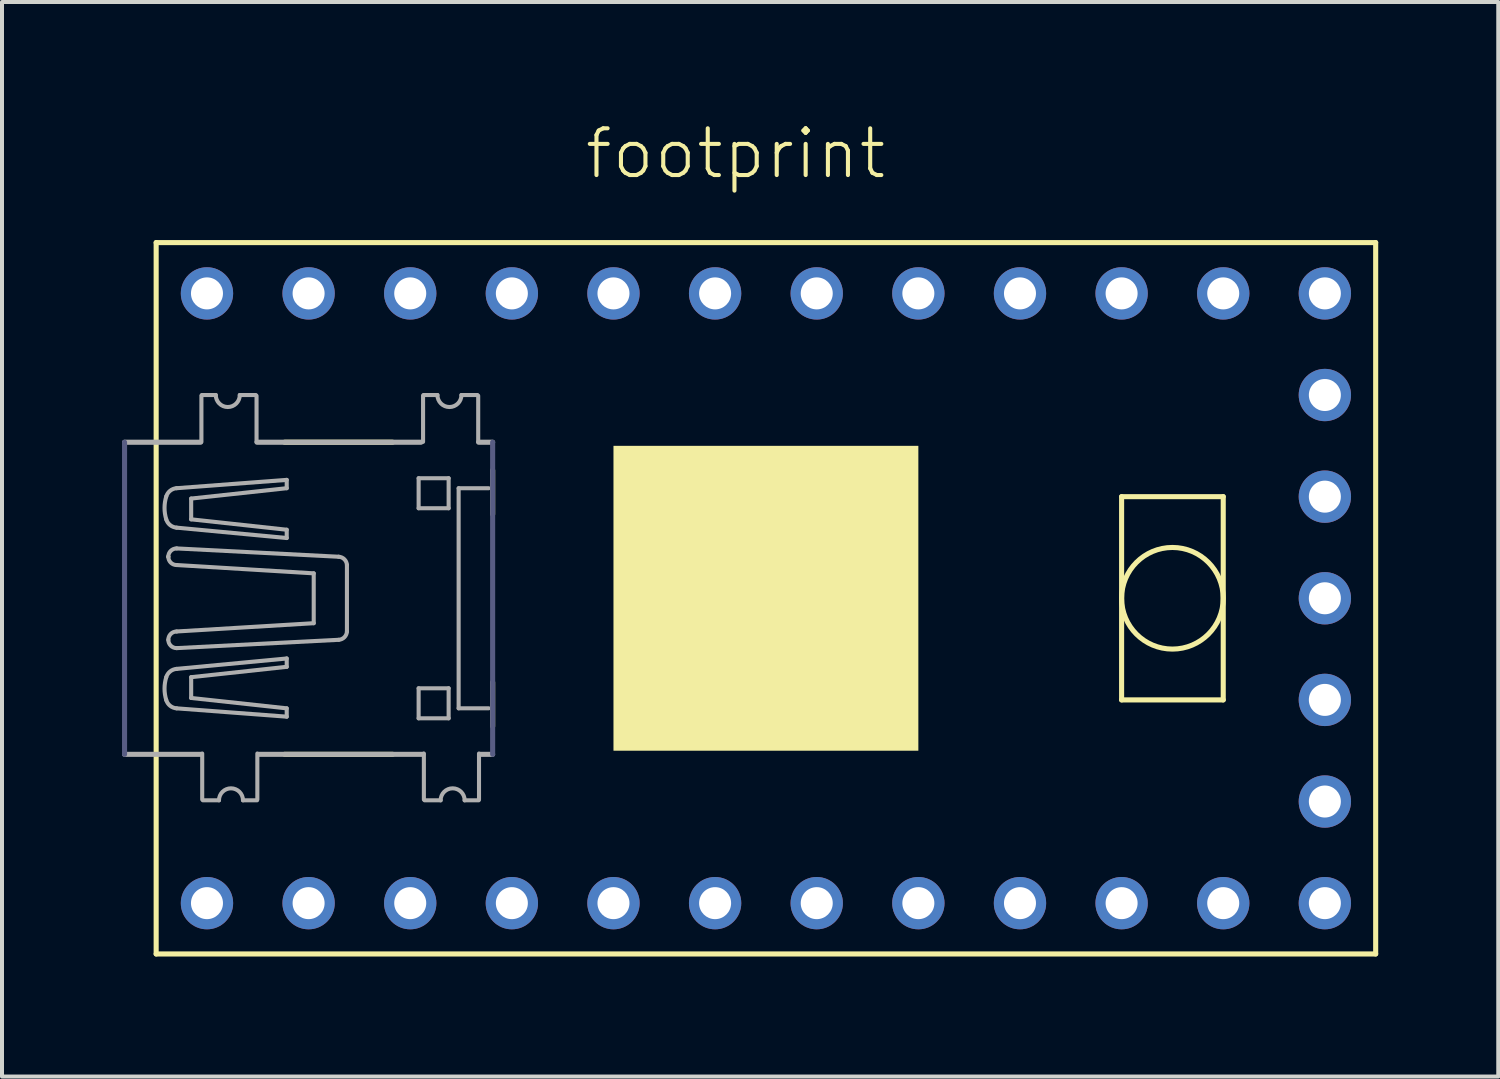
<source format=kicad_pcb>
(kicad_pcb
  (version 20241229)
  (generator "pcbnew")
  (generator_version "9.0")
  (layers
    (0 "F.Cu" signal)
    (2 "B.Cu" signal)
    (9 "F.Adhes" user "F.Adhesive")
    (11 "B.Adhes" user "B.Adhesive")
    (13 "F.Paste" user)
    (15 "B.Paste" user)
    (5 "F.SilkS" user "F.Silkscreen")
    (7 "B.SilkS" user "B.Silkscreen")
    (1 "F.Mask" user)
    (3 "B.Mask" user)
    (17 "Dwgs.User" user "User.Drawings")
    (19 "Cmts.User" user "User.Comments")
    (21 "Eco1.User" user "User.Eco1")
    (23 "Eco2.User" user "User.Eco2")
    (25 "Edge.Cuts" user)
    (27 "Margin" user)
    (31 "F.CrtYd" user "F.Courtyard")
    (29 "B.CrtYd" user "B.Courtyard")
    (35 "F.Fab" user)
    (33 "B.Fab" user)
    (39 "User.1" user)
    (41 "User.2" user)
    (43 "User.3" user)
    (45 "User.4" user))
  (footprint "footprint"
    (layer "F.Cu")
    (at 14.823 11.903)
    (property "Reference" "footprint" (at -3.31 -10.43 0) (layer "F.SilkS") (effects (font (size 1.168 1.168) (thickness 0.102)) (justify left bottom)))
    (fp_line (start -13.97 -8.89) (end 16.51 -8.89) (stroke (width 0.127) (type solid)) (layer "F.SilkS"))
    (fp_line (start -13.97 8.89) (end -13.97 -8.89) (stroke (width 0.127) (type solid)) (layer "F.SilkS"))
    (fp_line (start -13.666 -1.038) (end -13.666 -1.038) (stroke (width 0.102) (type solid)) (layer "F.SilkS"))
    (fp_line (start -10.76 -3.9) (end -8.06 -3.9) (stroke (width 0.127) (type solid)) (layer "F.SilkS"))
    (fp_line (start -8.06 3.9) (end -10.76 3.9) (stroke (width 0.127) (type solid)) (layer "F.SilkS"))
    (fp_line (start -5.56 -3.2) (end -5.56 -2.1) (stroke (width 0.127) (type solid)) (layer "F.SilkS"))
    (fp_line (start -5.56 2.1) (end -5.56 3.2) (stroke (width 0.127) (type solid)) (layer "F.SilkS"))
    (fp_line (start 10.16 -2.54) (end 12.7 -2.54) (stroke (width 0.127) (type solid)) (layer "F.SilkS"))
    (fp_line (start 10.16 2.54) (end 10.16 -2.54) (stroke (width 0.127) (type solid)) (layer "F.SilkS"))
    (fp_line (start 12.7 -2.54) (end 12.7 2.54) (stroke (width 0.127) (type solid)) (layer "F.SilkS"))
    (fp_line (start 12.7 2.54) (end 10.16 2.54) (stroke (width 0.127) (type solid)) (layer "F.SilkS"))
    (fp_line (start 16.51 -8.89) (end 16.51 8.89) (stroke (width 0.127) (type solid)) (layer "F.SilkS"))
    (fp_line (start 16.51 8.89) (end -13.97 8.89) (stroke (width 0.127) (type solid)) (layer "F.SilkS"))
    (fp_circle (center 11.43 0) (end 12.7 0) (stroke (width 0.127) (type solid)) (fill no) (layer "F.SilkS"))
    (fp_poly (pts (xy -2.54 3.81) (xy 5.08 3.81) (xy 5.08 -3.81) (xy -2.54 -3.81)) (stroke (width 0) (type solid)) (fill yes) (layer "F.SilkS"))
    (fp_line (start -14.76 -3.9) (end -14.76 3.9) (stroke (width 0.127) (type solid)) (layer "B.Fab"))
    (fp_line (start -5.56 -3.9) (end -5.56 3.9) (stroke (width 0.127) (type solid)) (layer "B.Fab"))
    (fp_line (start -14.76 -3.9) (end -12.86 -3.9) (stroke (width 0.127) (type solid)) (layer "F.Fab"))
    (fp_line (start -14.76 3.9) (end -12.86 3.9) (stroke (width 0.127) (type solid)) (layer "F.Fab"))
    (fp_line (start -13.459 -1.765) (end -10.707 -1.506) (stroke (width 0.102) (type solid)) (layer "F.Fab"))
    (fp_line (start -13.459 -0.831) (end -10.032 -0.623) (stroke (width 0.102) (type solid)) (layer "F.Fab"))
    (fp_line (start -13.459 0.83) (end -10.032 0.623) (stroke (width 0.102) (type solid)) (layer "F.Fab"))
    (fp_line (start -13.459 1.765) (end -10.707 1.505) (stroke (width 0.102) (type solid)) (layer "F.Fab"))
    (fp_line (start -13.458 -1.246) (end -9.409 -1.038) (stroke (width 0.102) (type solid)) (layer "F.Fab"))
    (fp_line (start -13.458 1.246) (end -9.409 1.038) (stroke (width 0.102) (type solid)) (layer "F.Fab"))
    (fp_line (start -13.095 -2.492) (end -10.707 -2.751) (stroke (width 0.102) (type solid)) (layer "F.Fab"))
    (fp_line (start -13.095 -1.973) (end -13.095 -2.492) (stroke (width 0.102) (type solid)) (layer "F.Fab"))
    (fp_line (start -13.095 1.972) (end -13.095 2.492) (stroke (width 0.102) (type solid)) (layer "F.Fab"))
    (fp_line (start -13.095 2.492) (end -10.707 2.751) (stroke (width 0.102) (type solid)) (layer "F.Fab"))
    (fp_line (start -12.839 -3.91) (end -12.839 -5.06) (stroke (width 0.102) (type solid)) (layer "F.Fab"))
    (fp_line (start -12.83 -5.08) (end -12.48 -5.08) (stroke (width 0.102) (type solid)) (layer "F.Fab"))
    (fp_line (start -12.819 5.03) (end -12.819 3.88) (stroke (width 0.102) (type solid)) (layer "F.Fab"))
    (fp_line (start -12.8 5.05) (end -12.4 5.05) (stroke (width 0.102) (type solid)) (layer "F.Fab"))
    (fp_line (start -11.48 -5.08) (end -11.88 -5.08) (stroke (width 0.102) (type solid)) (layer "F.Fab"))
    (fp_line (start -11.461 -5.06) (end -11.461 -3.91) (stroke (width 0.102) (type solid)) (layer "F.Fab"))
    (fp_line (start -11.45 -3.9) (end -7.35 -3.9) (stroke (width 0.127) (type solid)) (layer "F.Fab"))
    (fp_line (start -11.45 5.05) (end -11.8 5.05) (stroke (width 0.102) (type solid)) (layer "F.Fab"))
    (fp_line (start -11.441 3.88) (end -11.441 5.03) (stroke (width 0.102) (type solid)) (layer "F.Fab"))
    (fp_line (start -11.4 3.9) (end -7.3 3.9) (stroke (width 0.127) (type solid)) (layer "F.Fab"))
    (fp_line (start -10.707 -2.959) (end -13.459 -2.751) (stroke (width 0.102) (type solid)) (layer "F.Fab"))
    (fp_line (start -10.707 -2.751) (end -10.707 -2.959) (stroke (width 0.102) (type solid)) (layer "F.Fab"))
    (fp_line (start -10.707 -1.713) (end -13.095 -1.973) (stroke (width 0.102) (type solid)) (layer "F.Fab"))
    (fp_line (start -10.707 -1.506) (end -10.707 -1.713) (stroke (width 0.102) (type solid)) (layer "F.Fab"))
    (fp_line (start -10.707 1.505) (end -10.707 1.713) (stroke (width 0.102) (type solid)) (layer "F.Fab"))
    (fp_line (start -10.707 1.713) (end -13.095 1.972) (stroke (width 0.102) (type solid)) (layer "F.Fab"))
    (fp_line (start -10.707 2.751) (end -10.707 2.959) (stroke (width 0.102) (type solid)) (layer "F.Fab"))
    (fp_line (start -10.707 2.959) (end -13.459 2.751) (stroke (width 0.102) (type solid)) (layer "F.Fab"))
    (fp_line (start -10.032 0.623) (end -10.032 -0.623) (stroke (width 0.102) (type solid)) (layer "F.Fab"))
    (fp_line (start -9.202 0.83) (end -9.202 -0.831) (stroke (width 0.102) (type solid)) (layer "F.Fab"))
    (fp_line (start -7.41 -3) (end -6.66 -3) (stroke (width 0.102) (type solid)) (layer "F.Fab"))
    (fp_line (start -7.41 -2.25) (end -7.41 -3) (stroke (width 0.102) (type solid)) (layer "F.Fab"))
    (fp_line (start -7.41 2.25) (end -7.41 3) (stroke (width 0.102) (type solid)) (layer "F.Fab"))
    (fp_line (start -7.41 3) (end -6.66 3) (stroke (width 0.102) (type solid)) (layer "F.Fab"))
    (fp_line (start -7.299 -3.91) (end -7.299 -5.06) (stroke (width 0.102) (type solid)) (layer "F.Fab"))
    (fp_line (start -7.29 -5.08) (end -6.94 -5.08) (stroke (width 0.102) (type solid)) (layer "F.Fab"))
    (fp_line (start -7.279 5.03) (end -7.279 3.88) (stroke (width 0.102) (type solid)) (layer "F.Fab"))
    (fp_line (start -7.26 5.05) (end -6.86 5.05) (stroke (width 0.102) (type solid)) (layer "F.Fab"))
    (fp_line (start -6.66 -3) (end -6.66 -2.25) (stroke (width 0.102) (type solid)) (layer "F.Fab"))
    (fp_line (start -6.66 -2.25) (end -7.41 -2.25) (stroke (width 0.102) (type solid)) (layer "F.Fab"))
    (fp_line (start -6.66 2.25) (end -7.41 2.25) (stroke (width 0.102) (type solid)) (layer "F.Fab"))
    (fp_line (start -6.66 3) (end -6.66 2.25) (stroke (width 0.102) (type solid)) (layer "F.Fab"))
    (fp_line (start -6.41 -2.75) (end -6.41 2.75) (stroke (width 0.102) (type solid)) (layer "F.Fab"))
    (fp_line (start -6.41 2.75) (end -5.66 2.75) (stroke (width 0.102) (type solid)) (layer "F.Fab"))
    (fp_line (start -5.94 -5.08) (end -6.34 -5.08) (stroke (width 0.102) (type solid)) (layer "F.Fab"))
    (fp_line (start -5.921 -5.06) (end -5.921 -3.91) (stroke (width 0.102) (type solid)) (layer "F.Fab"))
    (fp_line (start -5.91 5.05) (end -6.26 5.05) (stroke (width 0.102) (type solid)) (layer "F.Fab"))
    (fp_line (start -5.901 3.88) (end -5.901 5.03) (stroke (width 0.102) (type solid)) (layer "F.Fab"))
    (fp_line (start -5.66 -2.75) (end -6.41 -2.75) (stroke (width 0.102) (type solid)) (layer "F.Fab"))
    (fp_line (start -5.56 -3.9) (end -5.91 -3.9) (stroke (width 0.127) (type solid)) (layer "F.Fab"))
    (fp_line (start -5.56 3.9) (end -5.86 3.9) (stroke (width 0.127) (type solid)) (layer "F.Fab"))
    (fp_arc (start -13.718 -2.5438) (mid -13.620297 -2.687659) (end -13.4585 -2.7514) (stroke (width 0.1016) (type solid)) (layer "F.Fab"))
    (fp_arc (start -13.718 -1.9727) (mid -13.760802 -2.25825) (end -13.718 -2.5438) (stroke (width 0.1016) (type solid)) (layer "F.Fab"))
    (fp_arc (start -13.718 1.9725) (mid -13.620298 1.828641) (end -13.458501 1.764899) (stroke (width 0.1016) (type solid)) (layer "F.Fab"))
    (fp_arc (start -13.718 2.5436) (mid -13.760802 2.25805) (end -13.718 1.9725) (stroke (width 0.1016) (type solid)) (layer "F.Fab"))
    (fp_arc (start -13.6661 -1.0383) (mid -13.605295 -1.185095) (end -13.4585 -1.2459) (stroke (width 0.1016) (type solid)) (layer "F.Fab"))
    (fp_arc (start -13.6661 1.038) (mid -13.605295 0.891205) (end -13.4585 0.8304) (stroke (width 0.1016) (type solid)) (layer "F.Fab"))
    (fp_arc (start -13.458501 -1.765099) (mid -13.620298 -1.828841) (end -13.718 -1.9727) (stroke (width 0.1016) (type solid)) (layer "F.Fab"))
    (fp_arc (start -13.4585 -0.8306) (mid -13.605295 -0.891405) (end -13.6661 -1.0382) (stroke (width 0.1016) (type solid)) (layer "F.Fab"))
    (fp_arc (start -13.4585 1.2457) (mid -13.605295 1.184895) (end -13.6661 1.0381) (stroke (width 0.1016) (type solid)) (layer "F.Fab"))
    (fp_arc (start -13.4585 2.7512) (mid -13.620297 2.687459) (end -13.718 2.5436) (stroke (width 0.1016) (type solid)) (layer "F.Fab"))
    (fp_arc (start -12.4 5.05) (mid -12.1 4.75) (end -11.8 5.05) (stroke (width 0.1016) (type solid)) (layer "F.Fab"))
    (fp_arc (start -11.88 -5.08) (mid -12.18 -4.78) (end -12.48 -5.08) (stroke (width 0.1016) (type solid)) (layer "F.Fab"))
    (fp_arc (start -9.4092 -1.0383) (mid -9.265653 -0.974177) (end -9.201598 -0.8306) (stroke (width 0.1016) (type solid)) (layer "F.Fab"))
    (fp_arc (start -9.201599 0.830399) (mid -9.265679 0.973951) (end -9.4092 1.0381) (stroke (width 0.1016) (type solid)) (layer "F.Fab"))
    (fp_arc (start -6.86 5.05) (mid -6.56 4.75) (end -6.26 5.05) (stroke (width 0.1016) (type solid)) (layer "F.Fab"))
    (fp_arc (start -6.34 -5.08) (mid -6.64 -4.78) (end -6.94 -5.08) (stroke (width 0.1016) (type solid)) (layer "F.Fab"))
    (pad "B0" thru_hole circle (at -10.16 7.62) (size 1.308 1.308) (drill 0.8) (layers "*.Cu" "*.Mask"))
    (pad "B1" thru_hole circle (at -7.62 7.62) (size 1.308 1.308) (drill 0.8) (layers "*.Cu" "*.Mask"))
    (pad "B2" thru_hole circle (at -5.08 7.62) (size 1.308 1.308) (drill 0.8) (layers "*.Cu" "*.Mask"))
    (pad "B3" thru_hole circle (at -2.54 7.62) (size 1.308 1.308) (drill 0.8) (layers "*.Cu" "*.Mask"))
    (pad "B4" thru_hole circle (at 10.16 -7.62) (size 1.308 1.308) (drill 0.8) (layers "*.Cu" "*.Mask"))
    (pad "B5" thru_hole circle (at 7.62 -7.62) (size 1.308 1.308) (drill 0.8) (layers "*.Cu" "*.Mask"))
    (pad "B6" thru_hole circle (at 5.08 -7.62) (size 1.308 1.308) (drill 0.8) (layers "*.Cu" "*.Mask"))
    (pad "B7" thru_hole circle (at 0 7.62) (size 1.308 1.308) (drill 0.8) (layers "*.Cu" "*.Mask"))
    (pad "C6" thru_hole circle (at 12.7 7.62) (size 1.308 1.308) (drill 0.8) (layers "*.Cu" "*.Mask"))
    (pad "C7" thru_hole circle (at 15.24 7.62) (size 1.308 1.308) (drill 0.8) (layers "*.Cu" "*.Mask"))
    (pad "D0" thru_hole circle (at 2.54 7.62) (size 1.308 1.308) (drill 0.8) (layers "*.Cu" "*.Mask"))
    (pad "D1" thru_hole circle (at 5.08 7.62) (size 1.308 1.308) (drill 0.8) (layers "*.Cu" "*.Mask"))
    (pad "D2" thru_hole circle (at 7.62 7.62) (size 1.308 1.308) (drill 0.8) (layers "*.Cu" "*.Mask"))
    (pad "D3" thru_hole circle (at 10.16 7.62) (size 1.308 1.308) (drill 0.8) (layers "*.Cu" "*.Mask"))
    (pad "D4" thru_hole circle (at 15.24 -5.08) (size 1.308 1.308) (drill 0.8) (layers "*.Cu" "*.Mask"))
    (pad "D5" thru_hole circle (at 15.24 5.08) (size 1.308 1.308) (drill 0.8) (layers "*.Cu" "*.Mask"))
    (pad "D6" thru_hole circle (at 15.24 -7.62) (size 1.308 1.308) (drill 0.8) (layers "*.Cu" "*.Mask"))
    (pad "D7" thru_hole circle (at 12.7 -7.62) (size 1.308 1.308) (drill 0.8) (layers "*.Cu" "*.Mask"))
    (pad "F0" thru_hole circle (at -10.16 -7.62) (size 1.308 1.308) (drill 0.8) (layers "*.Cu" "*.Mask"))
    (pad "F1" thru_hole circle (at -7.62 -7.62) (size 1.308 1.308) (drill 0.8) (layers "*.Cu" "*.Mask"))
    (pad "F4" thru_hole circle (at -5.08 -7.62) (size 1.308 1.308) (drill 0.8) (layers "*.Cu" "*.Mask"))
    (pad "F5" thru_hole circle (at -2.54 -7.62) (size 1.308 1.308) (drill 0.8) (layers "*.Cu" "*.Mask"))
    (pad "F6" thru_hole circle (at 0 -7.62) (size 1.308 1.308) (drill 0.8) (layers "*.Cu" "*.Mask"))
    (pad "F7" thru_hole circle (at 2.54 -7.62) (size 1.308 1.308) (drill 0.8) (layers "*.Cu" "*.Mask"))
    (pad "GND" thru_hole circle (at -12.7 7.62) (size 1.308 1.308) (drill 0.8) (layers "*.Cu" "*.Mask"))
    (pad "GND2" thru_hole circle (at 15.24 0) (size 1.308 1.308) (drill 0.8) (layers "*.Cu" "*.Mask"))
    (pad "RST" thru_hole circle (at 15.24 -2.54) (size 1.308 1.308) (drill 0.8) (layers "*.Cu" "*.Mask"))
    (pad "VCC" thru_hole circle (at 15.24 2.54) (size 1.308 1.308) (drill 0.8) (layers "*.Cu" "*.Mask"))
    (pad "VCC1" thru_hole circle (at -12.7 -7.62) (size 1.308 1.308) (drill 0.8) (layers "*.Cu" "*.Mask")))
  (gr_rect
    (start -3 -3)
    (end 34.397 23.857)
    (stroke (width 0.1) (type default))
    (fill no)
    (layer "Edge.Cuts")))
</source>
